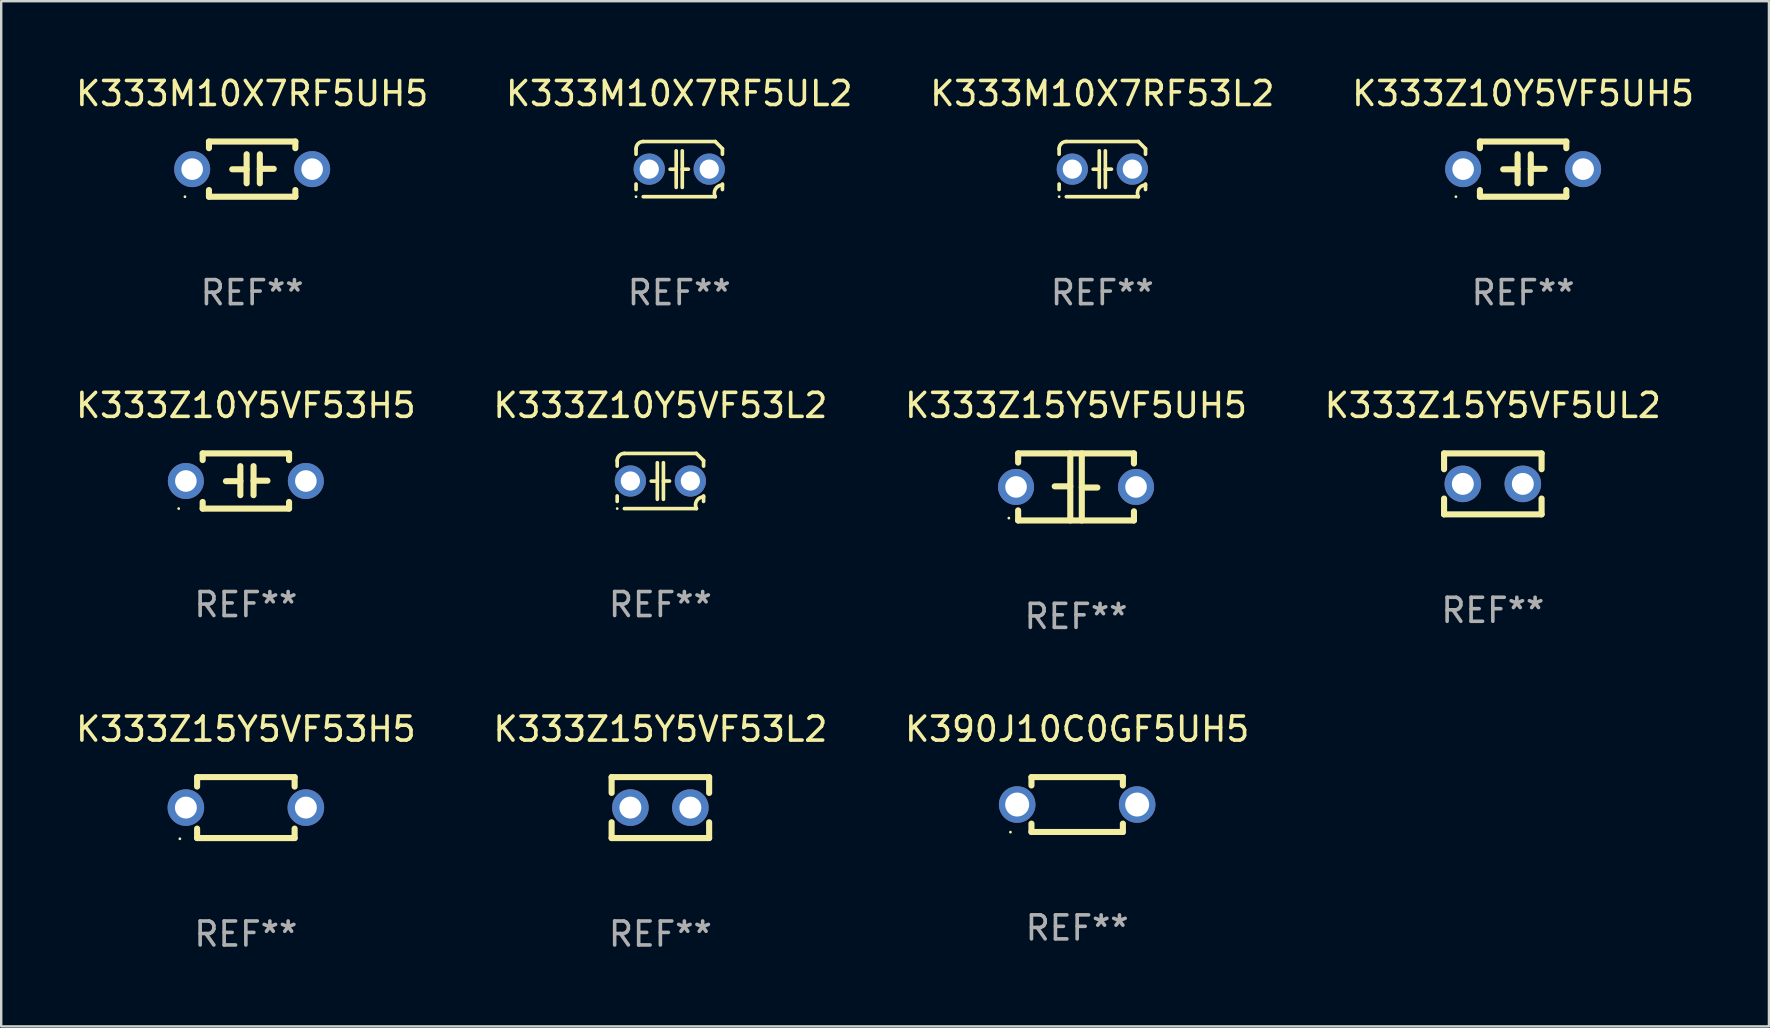
<source format=kicad_pcb>
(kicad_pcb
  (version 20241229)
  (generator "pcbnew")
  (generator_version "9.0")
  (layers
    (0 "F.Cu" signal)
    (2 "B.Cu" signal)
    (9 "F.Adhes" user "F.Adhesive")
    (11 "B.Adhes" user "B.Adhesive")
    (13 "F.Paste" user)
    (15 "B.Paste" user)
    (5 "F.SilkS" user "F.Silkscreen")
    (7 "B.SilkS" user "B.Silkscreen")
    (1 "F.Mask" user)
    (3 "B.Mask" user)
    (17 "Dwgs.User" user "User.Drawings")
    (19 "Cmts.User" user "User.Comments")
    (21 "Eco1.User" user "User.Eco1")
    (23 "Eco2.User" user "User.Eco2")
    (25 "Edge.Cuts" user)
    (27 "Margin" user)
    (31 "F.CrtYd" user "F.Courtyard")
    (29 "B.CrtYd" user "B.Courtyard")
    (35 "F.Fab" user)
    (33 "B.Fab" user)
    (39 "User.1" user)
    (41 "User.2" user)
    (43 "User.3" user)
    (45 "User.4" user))
  (footprint "K333Z15Y5VF5UL2"
    (layer "F.Cu")
    (at 59.161 17.115)
    (property "Reference" "K333Z15Y5VF5UL2" (at 0 -3.27 0) (layer "F.SilkS") (effects (font (size 1 1) (thickness 0.15))))
    (attr through_hole)
    (fp_line (start -2.032 -1.27) (end -2.032 -0.611) (stroke (width 0.254) (type solid)) (layer "F.SilkS"))
    (fp_line (start -2.032 0.611) (end -2.032 1.27) (stroke (width 0.254) (type solid)) (layer "F.SilkS"))
    (fp_line (start -2.032 1.27) (end 2.032 1.27) (stroke (width 0.254) (type solid)) (layer "F.SilkS"))
    (fp_line (start 2.032 -1.27) (end -2.032 -1.27) (stroke (width 0.254) (type solid)) (layer "F.SilkS"))
    (fp_line (start 2.032 -0.611) (end 2.032 -1.27) (stroke (width 0.254) (type solid)) (layer "F.SilkS"))
    (fp_line (start 2.032 1.27) (end 2.032 0.611) (stroke (width 0.254) (type solid)) (layer "F.SilkS"))
    (fp_circle (center -2 1.3) (end -1.97 1.3) (stroke (width 0.06) (type solid)) (fill no) (layer "F.SilkS"))
    (fp_text user "REF**" (at 0 5.27 0) (layer "F.Fab") (effects (font (size 1 1) (thickness 0.15))))
    (pad "1" thru_hole circle (at -1.25 0) (size 1.524 1.524) (drill 0.914) (layers "*.Cu" "*.Mask"))
    (pad "2" thru_hole circle (at 1.25 0) (size 1.524 1.524) (drill 0.914) (layers "*.Cu" "*.Mask")))
  (footprint "K333Z10Y5VF53L2"
    (layer "F.Cu")
    (at 24.47 16.995)
    (property "Reference" "K333Z10Y5VF53L2" (at 0 -3.15 0) (layer "F.SilkS") (effects (font (size 1 1) (thickness 0.15))))
    (attr through_hole)
    (fp_line (start -1.8 -0.621) (end -1.8 -0.85) (stroke (width 0.152) (type solid)) (layer "F.SilkS"))
    (fp_line (start -1.8 0.85) (end -1.8 0.621) (stroke (width 0.152) (type solid)) (layer "F.SilkS"))
    (fp_line (start -1.5 -1.15) (end 1.5 -1.15) (stroke (width 0.152) (type solid)) (layer "F.SilkS"))
    (fp_line (start -0.127 -0.762) (end -0.127 0.762) (stroke (width 0.152) (type solid)) (layer "F.SilkS"))
    (fp_line (start -0.127 0.005) (end -0.381 0.005) (stroke (width 0.152) (type solid)) (layer "F.SilkS"))
    (fp_line (start 0.127 -0.762) (end 0.127 0.762) (stroke (width 0.152) (type solid)) (layer "F.SilkS"))
    (fp_line (start 0.127 0.002) (end 0.381 0.002) (stroke (width 0.152) (type solid)) (layer "F.SilkS"))
    (fp_line (start 1.5 1.15) (end -1.5 1.15) (stroke (width 0.152) (type solid)) (layer "F.SilkS"))
    (fp_line (start 1.8 -0.85) (end 1.8 -0.621) (stroke (width 0.152) (type solid)) (layer "F.SilkS"))
    (fp_line (start 1.8 0.621) (end 1.8 0.85) (stroke (width 0.152) (type solid)) (layer "F.SilkS"))
    (fp_arc (start -1.799975 -0.849987) (mid -1.712107 -1.062119) (end -1.499975 -1.149987) (stroke (width 0.151994) (type solid)) (layer "F.SilkS"))
    (fp_arc (start 1.499975 1.149987) (mid 1.513726 0.822359) (end 1.799975 0.662387) (stroke (width 0.151994) (type solid)) (layer "F.SilkS"))
    (fp_arc (start 1.500001 -1.149986) (mid 1.650015 -1.000001) (end 1.8 -0.849987) (stroke (width 0.151994) (type solid)) (layer "F.SilkS"))
    (fp_circle (center -1.8 1.15) (end -1.77 1.15) (stroke (width 0.06) (type solid)) (fill no) (layer "F.SilkS"))
    (fp_text user "REF**" (at 0 5.15 0) (layer "F.Fab") (effects (font (size 1 1) (thickness 0.15))))
    (pad "1" thru_hole circle (at -1.25 0) (size 1.3 1.3) (drill 0.8) (layers "*.Cu" "*.Mask"))
    (pad "2" thru_hole circle (at 1.25 0) (size 1.3 1.3) (drill 0.8) (layers "*.Cu" "*.Mask")))
  (footprint "K333Z15Y5VF53L2"
    (layer "F.Cu")
    (at 24.47 30.605)
    (property "Reference" "K333Z15Y5VF53L2" (at 0 -3.27 0) (layer "F.SilkS") (effects (font (size 1 1) (thickness 0.15))))
    (attr through_hole)
    (fp_line (start -2.032 -1.27) (end -2.032 -0.611) (stroke (width 0.254) (type solid)) (layer "F.SilkS"))
    (fp_line (start -2.032 0.611) (end -2.032 1.27) (stroke (width 0.254) (type solid)) (layer "F.SilkS"))
    (fp_line (start -2.032 1.27) (end 2.032 1.27) (stroke (width 0.254) (type solid)) (layer "F.SilkS"))
    (fp_line (start 2.032 -1.27) (end -2.032 -1.27) (stroke (width 0.254) (type solid)) (layer "F.SilkS"))
    (fp_line (start 2.032 -0.611) (end 2.032 -1.27) (stroke (width 0.254) (type solid)) (layer "F.SilkS"))
    (fp_line (start 2.032 1.27) (end 2.032 0.611) (stroke (width 0.254) (type solid)) (layer "F.SilkS"))
    (fp_circle (center -2 1.3) (end -1.97 1.3) (stroke (width 0.06) (type solid)) (fill no) (layer "F.SilkS"))
    (fp_text user "REF**" (at 0 5.27 0) (layer "F.Fab") (effects (font (size 1 1) (thickness 0.15))))
    (pad "1" thru_hole circle (at -1.25 0) (size 1.524 1.524) (drill 0.914) (layers "*.Cu" "*.Mask"))
    (pad "2" thru_hole circle (at 1.25 0) (size 1.524 1.524) (drill 0.914) (layers "*.Cu" "*.Mask")))
  (footprint "K333Z15Y5VF5UH5"
    (layer "F.Cu")
    (at 41.792 17.242)
    (property "Reference" "K333Z15Y5VF5UH5" (at 0 -3.397 0) (layer "F.SilkS") (effects (font (size 1 1) (thickness 0.15))))
    (attr through_hole)
    (fp_line (start -2.413 -1.397) (end 2.413 -1.397) (stroke (width 0.254) (type solid)) (layer "F.SilkS"))
    (fp_line (start -2.413 -1.016) (end -2.413 -1.397) (stroke (width 0.254) (type solid)) (layer "F.SilkS"))
    (fp_line (start -2.413 0.977) (end -2.413 1.397) (stroke (width 0.254) (type solid)) (layer "F.SilkS"))
    (fp_line (start -0.24 -0.025) (end -0.889 -0.025) (stroke (width 0.254) (type solid)) (layer "F.SilkS"))
    (fp_line (start -0.24 1.397) (end -0.24 -1.397) (stroke (width 0.254) (type solid)) (layer "F.SilkS"))
    (fp_line (start 0.24 -1.397) (end 0.24 1.397) (stroke (width 0.254) (type solid)) (layer "F.SilkS"))
    (fp_line (start 0.24 0.025) (end 0.889 0.025) (stroke (width 0.254) (type solid)) (layer "F.SilkS"))
    (fp_line (start 2.413 -0.977) (end 2.413 -1.397) (stroke (width 0.254) (type solid)) (layer "F.SilkS"))
    (fp_line (start 2.413 1.016) (end 2.413 1.397) (stroke (width 0.254) (type solid)) (layer "F.SilkS"))
    (fp_line (start 2.413 1.397) (end -2.413 1.397) (stroke (width 0.254) (type solid)) (layer "F.SilkS"))
    (fp_circle (center -2.8 1.3) (end -2.77 1.3) (stroke (width 0.06) (type solid)) (fill no) (layer "F.SilkS"))
    (fp_text user "REF**" (at 0 5.397 0) (layer "F.Fab") (effects (font (size 1 1) (thickness 0.15))))
    (pad "1" thru_hole circle (at -2.5 0) (size 1.5 1.5) (drill 0.9) (layers "*.Cu" "*.Mask"))
    (pad "2" thru_hole circle (at 2.5 0) (size 1.5 1.5) (drill 0.9) (layers "*.Cu" "*.Mask")))
  (footprint "K390J10C0GF5UH5"
    (layer "F.Cu")
    (at 41.839 30.478)
    (property "Reference" "K390J10C0GF5UH5" (at 0 -3.143 0) (layer "F.SilkS") (effects (font (size 1 1) (thickness 0.15))))
    (attr through_hole)
    (fp_line (start -1.905 -1.143) (end 1.905 -1.143) (stroke (width 0.254) (type solid)) (layer "F.SilkS"))
    (fp_line (start -1.905 -0.795) (end -1.905 -1.143) (stroke (width 0.254) (type solid)) (layer "F.SilkS"))
    (fp_line (start -1.905 1.143) (end -1.905 0.795) (stroke (width 0.254) (type solid)) (layer "F.SilkS"))
    (fp_line (start 1.905 -1.143) (end 1.905 -0.795) (stroke (width 0.254) (type solid)) (layer "F.SilkS"))
    (fp_line (start 1.905 0.795) (end 1.905 1.143) (stroke (width 0.254) (type solid)) (layer "F.SilkS"))
    (fp_line (start 1.905 1.143) (end -1.905 1.143) (stroke (width 0.254) (type solid)) (layer "F.SilkS"))
    (fp_circle (center -2.781 1.15) (end -2.751 1.15) (stroke (width 0.06) (type solid)) (fill no) (layer "F.SilkS"))
    (fp_text user "REF**" (at 0 5.143 0) (layer "F.Fab") (effects (font (size 1 1) (thickness 0.15))))
    (pad "1" thru_hole circle (at -2.5 0) (size 1.524 1.524) (drill 1) (layers "*.Cu" "*.Mask"))
    (pad "2" thru_hole circle (at 2.5 0) (size 1.524 1.524) (drill 1) (layers "*.Cu" "*.Mask")))
  (footprint "K333Z15Y5VF53H5"
    (layer "F.Cu")
    (at 7.196 30.605)
    (property "Reference" "K333Z15Y5VF53H5" (at 0 -3.27 0) (layer "F.SilkS") (effects (font (size 1 1) (thickness 0.15))))
    (attr through_hole)
    (fp_line (start -2.032 -1.27) (end -2.032 -0.876) (stroke (width 0.254) (type solid)) (layer "F.SilkS"))
    (fp_line (start -2.032 0.876) (end -2.032 1.27) (stroke (width 0.254) (type solid)) (layer "F.SilkS"))
    (fp_line (start -2.032 1.27) (end 2.032 1.27) (stroke (width 0.254) (type solid)) (layer "F.SilkS"))
    (fp_line (start 2.032 -1.27) (end -2.032 -1.27) (stroke (width 0.254) (type solid)) (layer "F.SilkS"))
    (fp_line (start 2.032 -0.876) (end 2.032 -1.27) (stroke (width 0.254) (type solid)) (layer "F.SilkS"))
    (fp_line (start 2.032 1.27) (end 2.032 0.876) (stroke (width 0.254) (type solid)) (layer "F.SilkS"))
    (fp_circle (center -2.751 1.3) (end -2.721 1.3) (stroke (width 0.06) (type solid)) (fill no) (layer "F.SilkS"))
    (fp_text user "REF**" (at 0 5.27 0) (layer "F.Fab") (effects (font (size 1 1) (thickness 0.15))))
    (pad "1" thru_hole circle (at -2.5 0) (size 1.524 1.524) (drill 0.914) (layers "*.Cu" "*.Mask"))
    (pad "2" thru_hole circle (at 2.5 0) (size 1.524 1.524) (drill 0.914) (layers "*.Cu" "*.Mask")))
  (footprint "K333Z10Y5VF53H5"
    (layer "F.Cu")
    (at 7.196 16.995)
    (property "Reference" "K333Z10Y5VF53H5" (at 0 -3.15 0) (layer "F.SilkS") (effects (font (size 1 1) (thickness 0.15))))
    (attr through_hole)
    (fp_line (start -1.8 -1.15) (end -1.8 -0.872) (stroke (width 0.254) (type solid)) (layer "F.SilkS"))
    (fp_line (start -1.8 -1.15) (end 1.8 -1.15) (stroke (width 0.254) (type solid)) (layer "F.SilkS"))
    (fp_line (start -1.8 0.872) (end -1.8 1.15) (stroke (width 0.254) (type solid)) (layer "F.SilkS"))
    (fp_line (start -1.8 1.15) (end 1.8 1.15) (stroke (width 0.254) (type solid)) (layer "F.SilkS"))
    (fp_line (start -0.23 -0.62) (end -0.23 0.59) (stroke (width 0.254) (type solid)) (layer "F.SilkS"))
    (fp_line (start -0.23 0.007) (end -0.83 0.007) (stroke (width 0.254) (type solid)) (layer "F.SilkS"))
    (fp_line (start 0.32 -0.62) (end 0.32 0.59) (stroke (width 0.254) (type solid)) (layer "F.SilkS"))
    (fp_line (start 0.32 -0.012) (end 0.9 -0.012) (stroke (width 0.254) (type solid)) (layer "F.SilkS"))
    (fp_line (start 1.8 -1.15) (end 1.8 -0.872) (stroke (width 0.254) (type solid)) (layer "F.SilkS"))
    (fp_line (start 1.8 0.872) (end 1.8 1.15) (stroke (width 0.254) (type solid)) (layer "F.SilkS"))
    (fp_circle (center -2.8 1.15) (end -2.77 1.15) (stroke (width 0.06) (type solid)) (fill no) (layer "F.SilkS"))
    (fp_text user "REF**" (at 0 5.15 0) (layer "F.Fab") (effects (font (size 1 1) (thickness 0.15))))
    (pad "1" thru_hole circle (at -2.5 0) (size 1.5 1.5) (drill 0.9) (layers "*.Cu" "*.Mask"))
    (pad "2" thru_hole circle (at 2.5 0) (size 1.5 1.5) (drill 0.9) (layers "*.Cu" "*.Mask")))
  (footprint "K333Z10Y5VF5UH5"
    (layer "F.Cu")
    (at 60.423 3.998)
    (property "Reference" "K333Z10Y5VF5UH5" (at 0 -3.15 0) (layer "F.SilkS") (effects (font (size 1 1) (thickness 0.15))))
    (attr through_hole)
    (fp_line (start -1.8 -1.15) (end -1.8 -0.872) (stroke (width 0.254) (type solid)) (layer "F.SilkS"))
    (fp_line (start -1.8 -1.15) (end 1.8 -1.15) (stroke (width 0.254) (type solid)) (layer "F.SilkS"))
    (fp_line (start -1.8 0.872) (end -1.8 1.15) (stroke (width 0.254) (type solid)) (layer "F.SilkS"))
    (fp_line (start -1.8 1.15) (end 1.8 1.15) (stroke (width 0.254) (type solid)) (layer "F.SilkS"))
    (fp_line (start -0.23 -0.62) (end -0.23 0.59) (stroke (width 0.254) (type solid)) (layer "F.SilkS"))
    (fp_line (start -0.23 0.007) (end -0.83 0.007) (stroke (width 0.254) (type solid)) (layer "F.SilkS"))
    (fp_line (start 0.32 -0.62) (end 0.32 0.59) (stroke (width 0.254) (type solid)) (layer "F.SilkS"))
    (fp_line (start 0.32 -0.012) (end 0.9 -0.012) (stroke (width 0.254) (type solid)) (layer "F.SilkS"))
    (fp_line (start 1.8 -1.15) (end 1.8 -0.872) (stroke (width 0.254) (type solid)) (layer "F.SilkS"))
    (fp_line (start 1.8 0.872) (end 1.8 1.15) (stroke (width 0.254) (type solid)) (layer "F.SilkS"))
    (fp_circle (center -2.8 1.15) (end -2.77 1.15) (stroke (width 0.06) (type solid)) (fill no) (layer "F.SilkS"))
    (fp_text user "REF**" (at 0 5.15 0) (layer "F.Fab") (effects (font (size 1 1) (thickness 0.15))))
    (pad "1" thru_hole circle (at -2.5 0) (size 1.5 1.5) (drill 0.9) (layers "*.Cu" "*.Mask"))
    (pad "2" thru_hole circle (at 2.5 0) (size 1.5 1.5) (drill 0.9) (layers "*.Cu" "*.Mask")))
  (footprint "K333M10X7RF5UH5"
    (layer "F.Cu")
    (at 7.458 3.998)
    (property "Reference" "K333M10X7RF5UH5" (at 0 -3.15 0) (layer "F.SilkS") (effects (font (size 1 1) (thickness 0.15))))
    (attr through_hole)
    (fp_line (start -1.8 -1.15) (end -1.8 -0.872) (stroke (width 0.254) (type solid)) (layer "F.SilkS"))
    (fp_line (start -1.8 -1.15) (end 1.8 -1.15) (stroke (width 0.254) (type solid)) (layer "F.SilkS"))
    (fp_line (start -1.8 0.872) (end -1.8 1.15) (stroke (width 0.254) (type solid)) (layer "F.SilkS"))
    (fp_line (start -1.8 1.15) (end 1.8 1.15) (stroke (width 0.254) (type solid)) (layer "F.SilkS"))
    (fp_line (start -0.23 -0.62) (end -0.23 0.59) (stroke (width 0.254) (type solid)) (layer "F.SilkS"))
    (fp_line (start -0.23 0.007) (end -0.83 0.007) (stroke (width 0.254) (type solid)) (layer "F.SilkS"))
    (fp_line (start 0.32 -0.62) (end 0.32 0.59) (stroke (width 0.254) (type solid)) (layer "F.SilkS"))
    (fp_line (start 0.32 -0.012) (end 0.9 -0.012) (stroke (width 0.254) (type solid)) (layer "F.SilkS"))
    (fp_line (start 1.8 -1.15) (end 1.8 -0.872) (stroke (width 0.254) (type solid)) (layer "F.SilkS"))
    (fp_line (start 1.8 0.872) (end 1.8 1.15) (stroke (width 0.254) (type solid)) (layer "F.SilkS"))
    (fp_circle (center -2.8 1.15) (end -2.77 1.15) (stroke (width 0.06) (type solid)) (fill no) (layer "F.SilkS"))
    (fp_text user "REF**" (at 0 5.15 0) (layer "F.Fab") (effects (font (size 1 1) (thickness 0.15))))
    (pad "1" thru_hole circle (at -2.5 0) (size 1.5 1.5) (drill 0.9) (layers "*.Cu" "*.Mask"))
    (pad "2" thru_hole circle (at 2.5 0) (size 1.5 1.5) (drill 0.9) (layers "*.Cu" "*.Mask")))
  (footprint "K333M10X7RF53L2"
    (layer "F.Cu")
    (at 42.887 3.998)
    (property "Reference" "K333M10X7RF53L2" (at 0 -3.15 0) (layer "F.SilkS") (effects (font (size 1 1) (thickness 0.15))))
    (attr through_hole)
    (fp_line (start -1.8 -0.621) (end -1.8 -0.85) (stroke (width 0.152) (type solid)) (layer "F.SilkS"))
    (fp_line (start -1.8 0.85) (end -1.8 0.621) (stroke (width 0.152) (type solid)) (layer "F.SilkS"))
    (fp_line (start -1.5 -1.15) (end 1.5 -1.15) (stroke (width 0.152) (type solid)) (layer "F.SilkS"))
    (fp_line (start -0.127 -0.762) (end -0.127 0.762) (stroke (width 0.152) (type solid)) (layer "F.SilkS"))
    (fp_line (start -0.127 0.005) (end -0.381 0.005) (stroke (width 0.152) (type solid)) (layer "F.SilkS"))
    (fp_line (start 0.127 -0.762) (end 0.127 0.762) (stroke (width 0.152) (type solid)) (layer "F.SilkS"))
    (fp_line (start 0.127 0.002) (end 0.381 0.002) (stroke (width 0.152) (type solid)) (layer "F.SilkS"))
    (fp_line (start 1.5 1.15) (end -1.5 1.15) (stroke (width 0.152) (type solid)) (layer "F.SilkS"))
    (fp_line (start 1.8 -0.85) (end 1.8 -0.621) (stroke (width 0.152) (type solid)) (layer "F.SilkS"))
    (fp_line (start 1.8 0.621) (end 1.8 0.85) (stroke (width 0.152) (type solid)) (layer "F.SilkS"))
    (fp_arc (start -1.799975 -0.849987) (mid -1.712107 -1.062119) (end -1.499975 -1.149987) (stroke (width 0.151994) (type solid)) (layer "F.SilkS"))
    (fp_arc (start 1.499975 1.149987) (mid 1.513726 0.822359) (end 1.799975 0.662387) (stroke (width 0.151994) (type solid)) (layer "F.SilkS"))
    (fp_arc (start 1.500001 -1.149986) (mid 1.650015 -1.000001) (end 1.8 -0.849987) (stroke (width 0.151994) (type solid)) (layer "F.SilkS"))
    (fp_circle (center -1.8 1.15) (end -1.77 1.15) (stroke (width 0.06) (type solid)) (fill no) (layer "F.SilkS"))
    (fp_text user "REF**" (at 0 5.15 0) (layer "F.Fab") (effects (font (size 1 1) (thickness 0.15))))
    (pad "1" thru_hole circle (at -1.25 0) (size 1.3 1.3) (drill 0.8) (layers "*.Cu" "*.Mask"))
    (pad "2" thru_hole circle (at 1.25 0) (size 1.3 1.3) (drill 0.8) (layers "*.Cu" "*.Mask")))
  (footprint "K333M10X7RF5UL2"
    (layer "F.Cu")
    (at 25.256 3.998)
    (property "Reference" "K333M10X7RF5UL2" (at 0 -3.15 0) (layer "F.SilkS") (effects (font (size 1 1) (thickness 0.15))))
    (attr through_hole)
    (fp_line (start -1.8 -0.621) (end -1.8 -0.85) (stroke (width 0.152) (type solid)) (layer "F.SilkS"))
    (fp_line (start -1.8 0.85) (end -1.8 0.621) (stroke (width 0.152) (type solid)) (layer "F.SilkS"))
    (fp_line (start -1.5 -1.15) (end 1.5 -1.15) (stroke (width 0.152) (type solid)) (layer "F.SilkS"))
    (fp_line (start -0.127 -0.762) (end -0.127 0.762) (stroke (width 0.152) (type solid)) (layer "F.SilkS"))
    (fp_line (start -0.127 0.005) (end -0.381 0.005) (stroke (width 0.152) (type solid)) (layer "F.SilkS"))
    (fp_line (start 0.127 -0.762) (end 0.127 0.762) (stroke (width 0.152) (type solid)) (layer "F.SilkS"))
    (fp_line (start 0.127 0.002) (end 0.381 0.002) (stroke (width 0.152) (type solid)) (layer "F.SilkS"))
    (fp_line (start 1.5 1.15) (end -1.5 1.15) (stroke (width 0.152) (type solid)) (layer "F.SilkS"))
    (fp_line (start 1.8 -0.85) (end 1.8 -0.621) (stroke (width 0.152) (type solid)) (layer "F.SilkS"))
    (fp_line (start 1.8 0.621) (end 1.8 0.85) (stroke (width 0.152) (type solid)) (layer "F.SilkS"))
    (fp_arc (start -1.799975 -0.849987) (mid -1.712107 -1.062119) (end -1.499975 -1.149987) (stroke (width 0.151994) (type solid)) (layer "F.SilkS"))
    (fp_arc (start 1.499975 1.149987) (mid 1.513726 0.822359) (end 1.799975 0.662387) (stroke (width 0.151994) (type solid)) (layer "F.SilkS"))
    (fp_arc (start 1.500001 -1.149986) (mid 1.650015 -1.000001) (end 1.8 -0.849987) (stroke (width 0.151994) (type solid)) (layer "F.SilkS"))
    (fp_circle (center -1.8 1.15) (end -1.77 1.15) (stroke (width 0.06) (type solid)) (fill no) (layer "F.SilkS"))
    (fp_text user "REF**" (at 0 5.15 0) (layer "F.Fab") (effects (font (size 1 1) (thickness 0.15))))
    (pad "1" thru_hole circle (at -1.25 0) (size 1.3 1.3) (drill 0.8) (layers "*.Cu" "*.Mask"))
    (pad "2" thru_hole circle (at 1.25 0) (size 1.3 1.3) (drill 0.8) (layers "*.Cu" "*.Mask")))
  (gr_rect
    (start -3 -3)
    (end 70.667 39.724)
    (stroke (width 0.1) (type default))
    (fill no)
    (layer "Edge.Cuts")))
</source>
